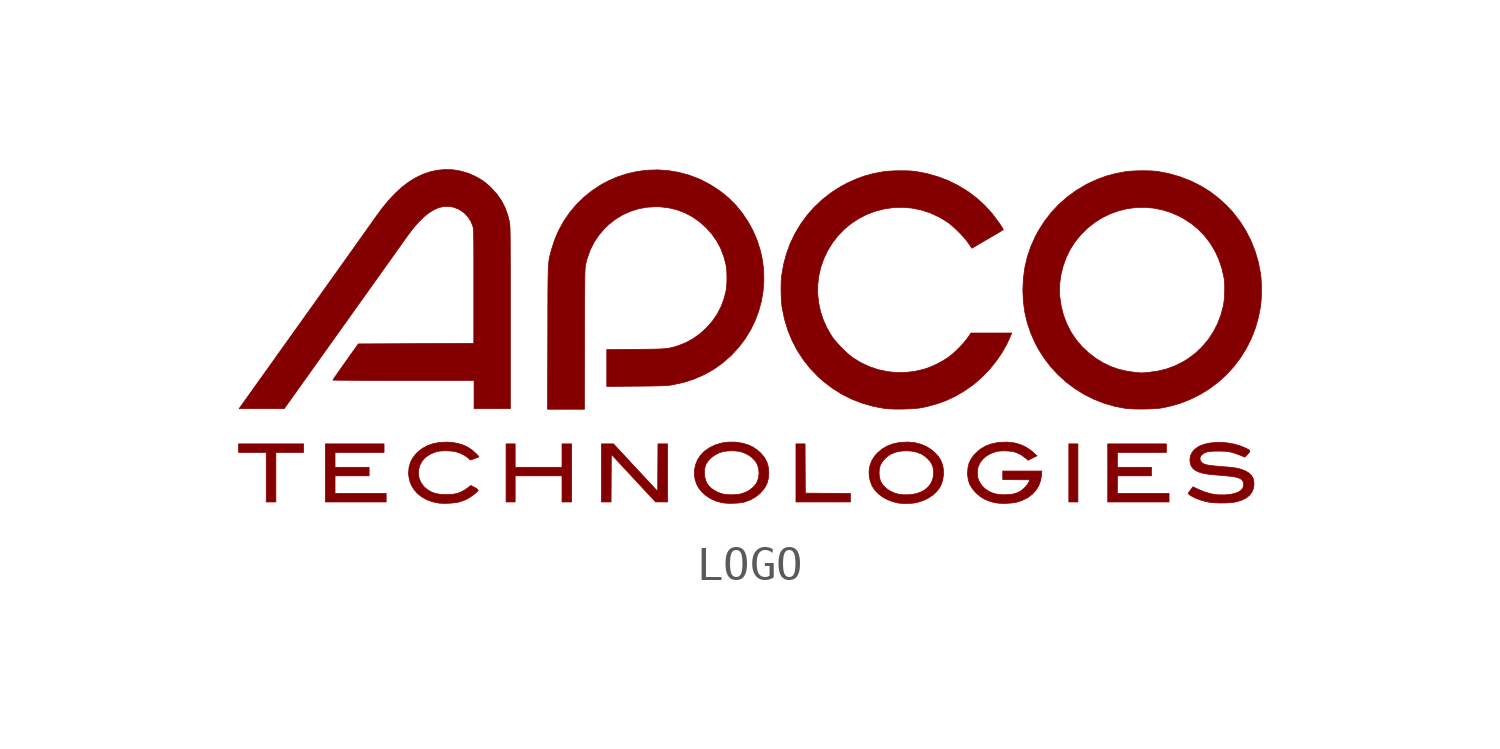
<source format=kicad_sym>
(kicad_symbol_lib
  (version 20210619)
  (generator bitmap2component)
  (symbol "LOGO"
    (pin_names
      (offset 1.016))
    (property "Reference" "#G"
      (at 0 7.806 0)
      (effects (font (size 1.27 1.27)) hide))
    (symbol "LOGO_0_0"
      (polyline (pts (xy -8.863 -4.197) (xy -8.751 -4.19) (xy -8.649 -4.18) (xy -8.566 -4.166) (xy -8.558 -4.164) (xy -8.483 -4.142) (xy -8.399 -4.112) (xy -8.323 -4.08) (xy -8.277 -4.055) (xy -8.211 -4.014) (xy -8.144 -3.969) (xy -8.081 -3.921) (xy -8.029 -3.876) (xy -7.992 -3.839) (xy -7.976 -3.813) (xy -7.986 -3.795) (xy -8.022 -3.767) (xy -8.081 -3.732) (xy -8.191 -3.675) (xy -8.296 -3.754) (xy -8.387 -3.817) (xy -8.5 -3.876) (xy -8.62 -3.915) (xy -8.754 -3.937) (xy -8.909 -3.944) (xy -9.065 -3.937) (xy -9.209 -3.914) (xy -9.334 -3.873) (xy -9.444 -3.813) (xy -9.545 -3.732) (xy -9.587 -3.688) (xy -9.661 -3.581) (xy -9.709 -3.463) (xy -9.73 -3.339) (xy -9.724 -3.214) (xy -9.692 -3.092) (xy -9.633 -2.977) (xy -9.548 -2.874) (xy -9.546 -2.872) (xy -9.467 -2.809) (xy -9.369 -2.751) (xy -9.264 -2.704) (xy -9.163 -2.674) (xy -9.134 -2.669) (xy -9.047 -2.661) (xy -8.944 -2.658) (xy -8.838 -2.66) (xy -8.738 -2.668) (xy -8.656 -2.68) (xy -8.623 -2.688) (xy -8.496 -2.731) (xy -8.377 -2.791) (xy -8.278 -2.862) (xy -8.204 -2.928) (xy -8.085 -2.886) (xy -8.069 -2.88) (xy -8.015 -2.86) (xy -7.975 -2.844) (xy -7.957 -2.835) (xy -7.961 -2.825) (xy -7.984 -2.798) (xy -8.021 -2.758) (xy -8.07 -2.711) (xy -8.152 -2.64) (xy -8.287 -2.549) (xy -8.435 -2.481) (xy -8.599 -2.435) (xy -8.784 -2.408) (xy -8.898 -2.402) (xy -9.099 -2.411) (xy -9.287 -2.445) (xy -9.46 -2.505) (xy -9.616 -2.59) (xy -9.753 -2.698) (xy -9.796 -2.741) (xy -9.894 -2.865) (xy -9.963 -2.997) (xy -10.004 -3.14) (xy -10.018 -3.299) (xy -10.017 -3.357) (xy -9.993 -3.512) (xy -9.941 -3.656) (xy -9.864 -3.787) (xy -9.762 -3.904) (xy -9.639 -4.004) (xy -9.494 -4.087) (xy -9.332 -4.149) (xy -9.152 -4.189) (xy -9.076 -4.196) (xy -8.975 -4.199) (xy -8.863 -4.197)) (stroke (width 0.01)) (fill (type outline)))
      (polyline (pts (xy -0.5 -4.197) (xy -0.382 -4.192) (xy -0.274 -4.181) (xy -0.188 -4.166) (xy -0.152 -4.156) (xy 0.007 -4.096) (xy 0.157 -4.011) (xy 0.288 -3.907) (xy 0.34 -3.853) (xy 0.433 -3.733) (xy 0.498 -3.604) (xy 0.535 -3.463) (xy 0.547 -3.306) (xy 0.547 -3.295) (xy 0.533 -3.137) (xy 0.493 -2.995) (xy 0.426 -2.865) (xy 0.33 -2.746) (xy 0.225 -2.648) (xy 0.092 -2.555) (xy -0.055 -2.485) (xy -0.219 -2.436) (xy -0.406 -2.406) (xy -0.458 -2.402) (xy -0.652 -2.403) (xy -0.841 -2.431) (xy -1.02 -2.484) (xy -1.185 -2.563) (xy -1.332 -2.664) (xy -1.351 -2.68) (xy -1.458 -2.793) (xy -1.541 -2.92) (xy -1.598 -3.057) (xy -1.63 -3.201) (xy -1.633 -3.271) (xy -1.343 -3.271) (xy -1.33 -3.157) (xy -1.298 -3.058) (xy -1.249 -2.976) (xy -1.162 -2.877) (xy -1.054 -2.793) (xy -0.93 -2.726) (xy -0.796 -2.681) (xy -0.779 -2.678) (xy -0.688 -2.665) (xy -0.582 -2.659) (xy -0.472 -2.659) (xy -0.371 -2.667) (xy -0.289 -2.681) (xy -0.18 -2.716) (xy -0.057 -2.777) (xy 0.052 -2.854) (xy 0.14 -2.942) (xy 0.202 -3.038) (xy 0.212 -3.06) (xy 0.25 -3.186) (xy 0.261 -3.319) (xy 0.245 -3.452) (xy 0.201 -3.577) (xy 0.168 -3.634) (xy 0.09 -3.725) (xy -0.009 -3.805) (xy -0.125 -3.87) (xy -0.252 -3.917) (xy -0.255 -3.917) (xy -0.342 -3.934) (xy -0.448 -3.944) (xy -0.561 -3.948) (xy -0.67 -3.944) (xy -0.762 -3.932) (xy -0.828 -3.917) (xy -0.961 -3.869) (xy -1.081 -3.801) (xy -1.183 -3.719) (xy -1.26 -3.624) (xy -1.272 -3.604) (xy -1.313 -3.503) (xy -1.337 -3.389) (xy -1.343 -3.271) (xy -1.633 -3.271) (xy -1.636 -3.346) (xy -1.617 -3.491) (xy -1.571 -3.631) (xy -1.499 -3.762) (xy -1.4 -3.881) (xy -1.316 -3.956) (xy -1.167 -4.057) (xy -1.002 -4.132) (xy -0.819 -4.181) (xy -0.818 -4.181) (xy -0.729 -4.192) (xy -0.619 -4.198) (xy -0.5 -4.197)) (stroke (width 0.01)) (fill (type outline)))
      (polyline (pts (xy 4.638 -4.201) (xy 4.735 -4.197) (xy 4.814 -4.188) (xy 4.906 -4.17) (xy 5.07 -4.119) (xy 5.221 -4.047) (xy 5.357 -3.957) (xy 5.472 -3.851) (xy 5.561 -3.733) (xy 5.612 -3.629) (xy 5.649 -3.502) (xy 5.669 -3.367) (xy 5.67 -3.233) (xy 5.652 -3.111) (xy 5.619 -3.002) (xy 5.573 -2.903) (xy 5.51 -2.812) (xy 5.425 -2.72) (xy 5.33 -2.636) (xy 5.179 -2.538) (xy 5.012 -2.466) (xy 4.83 -2.42) (xy 4.636 -2.401) (xy 4.429 -2.409) (xy 4.365 -2.417) (xy 4.183 -2.456) (xy 4.019 -2.519) (xy 3.869 -2.607) (xy 3.733 -2.721) (xy 3.652 -2.812) (xy 3.57 -2.943) (xy 3.516 -3.085) (xy 3.489 -3.234) (xy 3.49 -3.302) (xy 3.781 -3.302) (xy 3.789 -3.19) (xy 3.814 -3.09) (xy 3.816 -3.084) (xy 3.862 -3) (xy 3.929 -2.914) (xy 4.01 -2.835) (xy 4.098 -2.771) (xy 4.155 -2.741) (xy 4.284 -2.694) (xy 4.429 -2.666) (xy 4.581 -2.657) (xy 4.733 -2.667) (xy 4.879 -2.696) (xy 5.011 -2.745) (xy 5.037 -2.758) (xy 5.118 -2.812) (xy 5.198 -2.881) (xy 5.268 -2.955) (xy 5.318 -3.028) (xy 5.361 -3.132) (xy 5.382 -3.255) (xy 5.378 -3.381) (xy 5.35 -3.505) (xy 5.298 -3.618) (xy 5.224 -3.716) (xy 5.197 -3.741) (xy 5.118 -3.806) (xy 5.028 -3.857) (xy 4.917 -3.9) (xy 4.884 -3.91) (xy 4.761 -3.935) (xy 4.625 -3.948) (xy 4.488 -3.947) (xy 4.362 -3.932) (xy 4.243 -3.9) (xy 4.112 -3.842) (xy 3.997 -3.765) (xy 3.903 -3.673) (xy 3.834 -3.567) (xy 3.815 -3.52) (xy 3.79 -3.416) (xy 3.781 -3.302) (xy 3.49 -3.302) (xy 3.491 -3.388) (xy 3.521 -3.542) (xy 3.581 -3.693) (xy 3.583 -3.696) (xy 3.658 -3.812) (xy 3.76 -3.917) (xy 3.884 -4.011) (xy 4.025 -4.089) (xy 4.179 -4.149) (xy 4.343 -4.189) (xy 4.356 -4.191) (xy 4.436 -4.198) (xy 4.534 -4.202) (xy 4.638 -4.201)) (stroke (width 0.01)) (fill (type outline)))
      (polyline (pts (xy 7.528 -4.198) (xy 7.648 -4.19) (xy 7.757 -4.177) (xy 7.845 -4.158) (xy 7.992 -4.106) (xy 8.146 -4.027) (xy 8.276 -3.929) (xy 8.382 -3.813) (xy 8.463 -3.681) (xy 8.518 -3.534) (xy 8.545 -3.374) (xy 8.555 -3.251) (xy 7.409 -3.251) (xy 7.409 -3.501) (xy 8.207 -3.509) (xy 8.167 -3.589) (xy 8.159 -3.604) (xy 8.109 -3.676) (xy 8.043 -3.748) (xy 7.97 -3.812) (xy 7.9 -3.858) (xy 7.819 -3.894) (xy 7.718 -3.924) (xy 7.605 -3.941) (xy 7.471 -3.946) (xy 7.414 -3.946) (xy 7.301 -3.939) (xy 7.204 -3.923) (xy 7.113 -3.896) (xy 7.02 -3.856) (xy 7.002 -3.847) (xy 6.885 -3.769) (xy 6.789 -3.67) (xy 6.717 -3.553) (xy 6.708 -3.533) (xy 6.687 -3.48) (xy 6.674 -3.433) (xy 6.669 -3.379) (xy 6.667 -3.306) (xy 6.667 -3.272) (xy 6.669 -3.21) (xy 6.677 -3.161) (xy 6.692 -3.115) (xy 6.717 -3.059) (xy 6.746 -3.004) (xy 6.83 -2.894) (xy 6.939 -2.803) (xy 7.07 -2.731) (xy 7.221 -2.679) (xy 7.287 -2.667) (xy 7.387 -2.66) (xy 7.497 -2.66) (xy 7.608 -2.667) (xy 7.708 -2.681) (xy 7.787 -2.701) (xy 7.802 -2.707) (xy 7.952 -2.778) (xy 8.084 -2.875) (xy 8.152 -2.935) (xy 8.282 -2.869) (xy 8.413 -2.804) (xy 8.311 -2.711) (xy 8.247 -2.656) (xy 8.09 -2.55) (xy 7.92 -2.473) (xy 7.737 -2.424) (xy 7.54 -2.402) (xy 7.328 -2.409) (xy 7.24 -2.42) (xy 7.061 -2.459) (xy 6.901 -2.521) (xy 6.757 -2.607) (xy 6.626 -2.719) (xy 6.561 -2.788) (xy 6.477 -2.903) (xy 6.42 -3.024) (xy 6.388 -3.156) (xy 6.377 -3.306) (xy 6.38 -3.389) (xy 6.402 -3.528) (xy 6.448 -3.653) (xy 6.519 -3.77) (xy 6.619 -3.885) (xy 6.628 -3.894) (xy 6.748 -3.998) (xy 6.88 -4.078) (xy 7.028 -4.139) (xy 7.198 -4.183) (xy 7.201 -4.183) (xy 7.294 -4.195) (xy 7.407 -4.2) (xy 7.528 -4.198)) (stroke (width 0.01)) (fill (type outline)))
      (polyline (pts (xy 13.913 -4.187) (xy 14.036 -4.182) (xy 14.146 -4.173) (xy 14.233 -4.159) (xy 14.276 -4.15) (xy 14.425 -4.103) (xy 14.549 -4.04) (xy 14.646 -3.962) (xy 14.717 -3.869) (xy 14.761 -3.762) (xy 14.777 -3.642) (xy 14.775 -3.593) (xy 14.768 -3.529) (xy 14.757 -3.48) (xy 14.753 -3.469) (xy 14.704 -3.384) (xy 14.627 -3.309) (xy 14.524 -3.247) (xy 14.399 -3.199) (xy 14.36 -3.188) (xy 14.3 -3.173) (xy 14.235 -3.161) (xy 14.16 -3.15) (xy 14.07 -3.14) (xy 13.958 -3.13) (xy 13.821 -3.119) (xy 13.792 -3.116) (xy 13.652 -3.104) (xy 13.539 -3.093) (xy 13.449 -3.08) (xy 13.379 -3.066) (xy 13.325 -3.05) (xy 13.284 -3.03) (xy 13.252 -3.005) (xy 13.225 -2.976) (xy 13.21 -2.953) (xy 13.192 -2.893) (xy 13.204 -2.832) (xy 13.245 -2.775) (xy 13.248 -2.773) (xy 13.296 -2.735) (xy 13.351 -2.707) (xy 13.418 -2.687) (xy 13.502 -2.674) (xy 13.608 -2.668) (xy 13.739 -2.666) (xy 13.742 -2.666) (xy 13.87 -2.669) (xy 13.977 -2.676) (xy 14.072 -2.69) (xy 14.164 -2.713) (xy 14.262 -2.745) (xy 14.376 -2.789) (xy 14.511 -2.844) (xy 14.593 -2.755) (xy 14.614 -2.732) (xy 14.644 -2.697) (xy 14.657 -2.671) (xy 14.651 -2.648) (xy 14.624 -2.626) (xy 14.574 -2.599) (xy 14.498 -2.563) (xy 14.359 -2.507) (xy 14.19 -2.459) (xy 14.012 -2.427) (xy 13.831 -2.412) (xy 13.652 -2.413) (xy 13.481 -2.43) (xy 13.325 -2.464) (xy 13.188 -2.515) (xy 13.131 -2.546) (xy 13.033 -2.62) (xy 12.96 -2.708) (xy 12.915 -2.807) (xy 12.898 -2.915) (xy 12.91 -3.029) (xy 12.938 -3.105) (xy 12.99 -3.179) (xy 13.067 -3.238) (xy 13.17 -3.285) (xy 13.3 -3.321) (xy 13.327 -3.327) (xy 13.364 -3.333) (xy 13.406 -3.339) (xy 13.457 -3.346) (xy 13.52 -3.353) (xy 13.599 -3.36) (xy 13.699 -3.369) (xy 13.822 -3.38) (xy 13.973 -3.393) (xy 14.037 -3.399) (xy 14.169 -3.415) (xy 14.273 -3.436) (xy 14.352 -3.463) (xy 14.409 -3.496) (xy 14.447 -3.539) (xy 14.468 -3.591) (xy 14.474 -3.655) (xy 14.474 -3.668) (xy 14.454 -3.744) (xy 14.406 -3.808) (xy 14.33 -3.862) (xy 14.228 -3.903) (xy 14.1 -3.933) (xy 13.947 -3.949) (xy 13.921 -3.951) (xy 13.721 -3.949) (xy 13.529 -3.921) (xy 13.337 -3.867) (xy 13.14 -3.786) (xy 12.986 -3.713) (xy 12.957 -3.752) (xy 12.949 -3.762) (xy 12.918 -3.805) (xy 12.884 -3.851) (xy 12.842 -3.911) (xy 12.88 -3.942) (xy 12.897 -3.956) (xy 12.98 -4.005) (xy 13.084 -4.054) (xy 13.204 -4.099) (xy 13.332 -4.137) (xy 13.462 -4.166) (xy 13.55 -4.177) (xy 13.661 -4.185) (xy 13.785 -4.188) (xy 13.913 -4.187)) (stroke (width 0.01)) (fill (type outline)))
      (polyline (pts (xy -13.911 -2.704) (xy -13.099 -2.704) (xy -13.099 -2.454) (xy -15.005 -2.454) (xy -15.005 -2.704) (xy -14.193 -2.704) (xy -14.193 -4.158) (xy -13.911 -4.158) (xy -13.911 -2.704)) (stroke (width 0.01)) (fill (type outline)))
      (polyline (pts (xy -10.676 -3.908) (xy -12.176 -3.908) (xy -12.176 -3.392) (xy -11.176 -3.392) (xy -11.176 -3.142) (xy -12.176 -3.142) (xy -12.176 -2.704) (xy -10.738 -2.704) (xy -10.738 -2.454) (xy -12.458 -2.454) (xy -12.458 -4.158) (xy -10.676 -4.158) (xy -10.676 -3.908)) (stroke (width 0.01)) (fill (type outline)))
      (polyline (pts (xy -6.893 -3.392) (xy -5.518 -3.392) (xy -5.518 -4.158) (xy -5.236 -4.158) (xy -5.236 -2.454) (xy -5.518 -2.454) (xy -5.518 -3.142) (xy -6.893 -3.142) (xy -6.893 -2.454) (xy -7.159 -2.454) (xy -7.159 -4.158) (xy -6.893 -4.158) (xy -6.893 -3.392)) (stroke (width 0.01)) (fill (type outline)))
      (polyline (pts (xy -4.076 -3.459) (xy -4.072 -2.761) (xy -3.423 -3.459) (xy -2.775 -4.157) (xy -2.599 -4.157) (xy -2.423 -4.158) (xy -2.423 -2.454) (xy -2.704 -2.454) (xy -2.708 -3.152) (xy -2.712 -3.849) (xy -3.361 -3.152) (xy -4.009 -2.454) (xy -4.361 -2.454) (xy -4.361 -4.158) (xy -4.08 -4.158) (xy -4.076 -3.459)) (stroke (width 0.01)) (fill (type outline)))
      (polyline (pts (xy 2.939 -3.908) (xy 1.618 -3.9) (xy 1.61 -2.454) (xy 1.344 -2.454) (xy 1.344 -4.158) (xy 2.939 -4.158) (xy 2.939 -3.908)) (stroke (width 0.01)) (fill (type outline)))
      (polyline (pts (xy 9.613 -2.454) (xy 9.347 -2.454) (xy 9.347 -4.158) (xy 9.613 -4.158) (xy 9.613 -2.454)) (stroke (width 0.01)) (fill (type outline)))
      (polyline (pts (xy 12.286 -3.908) (xy 10.77 -3.908) (xy 10.77 -3.392) (xy 11.77 -3.392) (xy 11.77 -3.142) (xy 10.77 -3.142) (xy 10.77 -2.704) (xy 12.208 -2.704) (xy 12.208 -2.454) (xy 10.488 -2.454) (xy 10.488 -4.158) (xy 12.286 -4.158) (xy 12.286 -3.908)) (stroke (width 0.01)) (fill (type outline)))
      (polyline (pts (xy -4.857 0.629) (xy -4.857 0.817) (xy -4.856 1.094) (xy -4.855 1.343) (xy -4.855 1.566) (xy -4.854 1.763) (xy -4.853 1.936) (xy -4.852 2.088) (xy -4.851 2.219) (xy -4.85 2.332) (xy -4.849 2.429) (xy -4.847 2.51) (xy -4.846 2.578) (xy -4.843 2.634) (xy -4.841 2.679) (xy -4.838 2.717) (xy -4.835 2.748) (xy -4.832 2.773) (xy -4.828 2.796) (xy -4.824 2.816) (xy -4.819 2.837) (xy -4.777 2.995) (xy -4.691 3.232) (xy -4.582 3.451) (xy -4.448 3.654) (xy -4.287 3.845) (xy -4.151 3.978) (xy -3.952 4.135) (xy -3.738 4.265) (xy -3.51 4.367) (xy -3.272 4.442) (xy -3.023 4.487) (xy -2.766 4.502) (xy -2.646 4.499) (xy -2.393 4.47) (xy -2.15 4.412) (xy -1.919 4.325) (xy -1.699 4.21) (xy -1.491 4.065) (xy -1.296 3.892) (xy -1.291 3.887) (xy -1.121 3.698) (xy -0.98 3.497) (xy -0.864 3.281) (xy -0.774 3.049) (xy -0.708 2.798) (xy -0.701 2.754) (xy -0.688 2.644) (xy -0.682 2.518) (xy -0.68 2.383) (xy -0.684 2.251) (xy -0.694 2.128) (xy -0.709 2.027) (xy -0.76 1.82) (xy -0.846 1.584) (xy -0.959 1.363) (xy -1.1 1.155) (xy -1.269 0.96) (xy -1.277 0.952) (xy -1.469 0.777) (xy -1.673 0.63) (xy -1.891 0.512) (xy -2.121 0.422) (xy -2.123 0.421) (xy -2.186 0.401) (xy -2.244 0.384) (xy -2.298 0.37) (xy -2.353 0.358) (xy -2.411 0.348) (xy -2.475 0.34) (xy -2.549 0.334) (xy -2.635 0.329) (xy -2.737 0.326) (xy -2.858 0.323) (xy -3.001 0.321) (xy -3.169 0.319) (xy -3.365 0.317) (xy -4.205 0.31) (xy -4.205 -0.769) (xy -3.341 -0.762) (xy -3.333 -0.762) (xy -3.137 -0.76) (xy -2.97 -0.758) (xy -2.828 -0.756) (xy -2.709 -0.753) (xy -2.61 -0.751) (xy -2.528 -0.748) (xy -2.46 -0.744) (xy -2.404 -0.739) (xy -2.356 -0.734) (xy -2.313 -0.728) (xy -2.261 -0.719) (xy -1.943 -0.649) (xy -1.641 -0.551) (xy -1.355 -0.426) (xy -1.083 -0.275) (xy -0.828 -0.096) (xy -0.589 0.11) (xy -0.537 0.16) (xy -0.327 0.389) (xy -0.144 0.633) (xy 0.014 0.891) (xy 0.146 1.162) (xy 0.251 1.442) (xy 0.329 1.73) (xy 0.379 2.024) (xy 0.402 2.321) (xy 0.397 2.62) (xy 0.363 2.918) (xy 0.3 3.214) (xy 0.208 3.506) (xy 0.086 3.791) (xy -0.049 4.041) (xy -0.222 4.302) (xy -0.417 4.542) (xy -0.635 4.76) (xy -0.875 4.955) (xy -1.138 5.129) (xy -1.423 5.281) (xy -1.518 5.324) (xy -1.804 5.432) (xy -2.098 5.51) (xy -2.398 5.56) (xy -2.701 5.581) (xy -3.005 5.573) (xy -3.307 5.536) (xy -3.604 5.47) (xy -3.895 5.375) (xy -4.176 5.252) (xy -4.368 5.148) (xy -4.63 4.977) (xy -4.871 4.783) (xy -5.092 4.568) (xy -5.29 4.334) (xy -5.463 4.082) (xy -5.612 3.813) (xy -5.734 3.53) (xy -5.829 3.234) (xy -5.84 3.194) (xy -5.853 3.145) (xy -5.865 3.101) (xy -5.875 3.058) (xy -5.884 3.017) (xy -5.893 2.973) (xy -5.9 2.927) (xy -5.906 2.876) (xy -5.912 2.817) (xy -5.916 2.751) (xy -5.92 2.675) (xy -5.923 2.586) (xy -5.926 2.484) (xy -5.928 2.367) (xy -5.93 2.232) (xy -5.931 2.079) (xy -5.932 1.904) (xy -5.933 1.707) (xy -5.934 1.486) (xy -5.934 1.239) (xy -5.935 0.965) (xy -5.936 0.66) (xy -5.941 -1.438) (xy -4.862 -1.438) (xy -4.857 0.629)) (stroke (width 0.01)) (fill (type outline)))
      (polyline (pts (xy 4.55 -1.431) (xy 4.691 -1.426) (xy 4.822 -1.417) (xy 4.936 -1.407) (xy 5.025 -1.393) (xy 5.174 -1.362) (xy 5.468 -1.283) (xy 5.744 -1.184) (xy 6.007 -1.062) (xy 6.261 -0.915) (xy 6.512 -0.741) (xy 6.614 -0.661) (xy 6.826 -0.471) (xy 7.027 -0.26) (xy 7.212 -0.032) (xy 7.377 0.207) (xy 7.519 0.453) (xy 7.633 0.7) (xy 7.673 0.797) (xy 6.478 0.797) (xy 6.377 0.653) (xy 6.339 0.601) (xy 6.248 0.491) (xy 6.141 0.376) (xy 6.028 0.265) (xy 5.915 0.165) (xy 5.81 0.083) (xy 5.801 0.077) (xy 5.655 -0.016) (xy 5.494 -0.104) (xy 5.328 -0.181) (xy 5.171 -0.241) (xy 5.077 -0.271) (xy 4.811 -0.331) (xy 4.543 -0.361) (xy 4.275 -0.362) (xy 4.009 -0.333) (xy 3.747 -0.275) (xy 3.493 -0.188) (xy 3.248 -0.073) (xy 3.015 0.07) (xy 2.949 0.12) (xy 2.851 0.203) (xy 2.747 0.3) (xy 2.642 0.406) (xy 2.545 0.512) (xy 2.459 0.614) (xy 2.393 0.703) (xy 2.26 0.93) (xy 2.147 1.177) (xy 2.063 1.431) (xy 2.008 1.689) (xy 1.981 1.95) (xy 1.983 2.211) (xy 2.014 2.47) (xy 2.072 2.725) (xy 2.159 2.974) (xy 2.273 3.214) (xy 2.416 3.444) (xy 2.585 3.661) (xy 2.753 3.834) (xy 2.958 4.005) (xy 3.181 4.152) (xy 3.417 4.273) (xy 3.665 4.368) (xy 3.922 4.435) (xy 4.186 4.474) (xy 4.455 4.484) (xy 4.725 4.463) (xy 4.766 4.457) (xy 5.032 4.402) (xy 5.289 4.317) (xy 5.536 4.203) (xy 5.776 4.059) (xy 5.834 4.016) (xy 5.934 3.934) (xy 6.041 3.837) (xy 6.147 3.731) (xy 6.248 3.624) (xy 6.337 3.52) (xy 6.406 3.428) (xy 6.503 3.284) (xy 6.671 3.382) (xy 6.674 3.384) (xy 6.742 3.424) (xy 6.83 3.475) (xy 6.929 3.532) (xy 7.032 3.593) (xy 7.131 3.651) (xy 7.167 3.671) (xy 7.249 3.72) (xy 7.32 3.763) (xy 7.376 3.797) (xy 7.412 3.821) (xy 7.425 3.832) (xy 7.42 3.842) (xy 7.401 3.874) (xy 7.371 3.922) (xy 7.334 3.98) (xy 7.302 4.027) (xy 7.104 4.292) (xy 6.884 4.534) (xy 6.645 4.753) (xy 6.387 4.947) (xy 6.111 5.117) (xy 5.818 5.262) (xy 5.51 5.38) (xy 5.188 5.472) (xy 4.853 5.536) (xy 4.79 5.543) (xy 4.677 5.551) (xy 4.547 5.555) (xy 4.407 5.556) (xy 4.265 5.554) (xy 4.129 5.548) (xy 4.007 5.54) (xy 3.908 5.528) (xy 3.877 5.523) (xy 3.608 5.471) (xy 3.356 5.403) (xy 3.113 5.315) (xy 2.868 5.205) (xy 2.644 5.086) (xy 2.369 4.908) (xy 2.113 4.708) (xy 1.879 4.487) (xy 1.667 4.245) (xy 1.478 3.986) (xy 1.314 3.71) (xy 1.175 3.419) (xy 1.063 3.114) (xy 0.979 2.797) (xy 0.923 2.47) (xy 0.919 2.43) (xy 0.912 2.329) (xy 0.908 2.208) (xy 0.907 2.077) (xy 0.909 1.943) (xy 0.913 1.815) (xy 0.92 1.702) (xy 0.929 1.61) (xy 0.942 1.521) (xy 1.01 1.196) (xy 1.105 0.882) (xy 1.229 0.58) (xy 1.38 0.291) (xy 1.556 0.019) (xy 1.758 -0.237) (xy 1.984 -0.474) (xy 2.145 -0.618) (xy 2.408 -0.82) (xy 2.685 -0.994) (xy 2.978 -1.141) (xy 3.284 -1.26) (xy 3.605 -1.352) (xy 3.939 -1.415) (xy 4.019 -1.424) (xy 4.132 -1.43) (xy 4.263 -1.434) (xy 4.405 -1.434) (xy 4.55 -1.431)) (stroke (width 0.01)) (fill (type outline)))
      (polyline (pts (xy 11.629 -1.431) (xy 11.764 -1.427) (xy 11.888 -1.42) (xy 11.993 -1.411) (xy 12.075 -1.4) (xy 12.156 -1.384) (xy 12.333 -1.343) (xy 12.503 -1.298) (xy 12.653 -1.25) (xy 12.913 -1.146) (xy 13.205 -1) (xy 13.48 -0.83) (xy 13.737 -0.636) (xy 13.973 -0.42) (xy 14.188 -0.185) (xy 14.381 0.07) (xy 14.55 0.341) (xy 14.695 0.629) (xy 14.814 0.931) (xy 14.905 1.246) (xy 14.969 1.572) (xy 14.979 1.656) (xy 14.99 1.799) (xy 14.995 1.956) (xy 14.996 2.119) (xy 14.992 2.278) (xy 14.983 2.424) (xy 14.968 2.548) (xy 14.903 2.88) (xy 14.809 3.2) (xy 14.687 3.507) (xy 14.538 3.799) (xy 14.361 4.077) (xy 14.157 4.34) (xy 13.982 4.529) (xy 13.742 4.749) (xy 13.483 4.946) (xy 13.207 5.116) (xy 12.914 5.261) (xy 12.606 5.38) (xy 12.284 5.472) (xy 11.95 5.536) (xy 11.884 5.543) (xy 11.771 5.551) (xy 11.641 5.555) (xy 11.502 5.556) (xy 11.361 5.554) (xy 11.225 5.548) (xy 11.104 5.54) (xy 11.004 5.528) (xy 10.993 5.526) (xy 10.719 5.474) (xy 10.463 5.406) (xy 10.215 5.317) (xy 9.965 5.206) (xy 9.858 5.152) (xy 9.572 4.983) (xy 9.306 4.791) (xy 9.061 4.576) (xy 8.837 4.338) (xy 8.635 4.078) (xy 8.457 3.798) (xy 8.363 3.623) (xy 8.231 3.328) (xy 8.129 3.025) (xy 8.056 2.712) (xy 8.013 2.389) (xy 7.999 2.055) (xy 7.999 2.04) (xy 8 2.017) (xy 9.072 2.017) (xy 9.082 2.265) (xy 9.118 2.517) (xy 9.181 2.765) (xy 9.268 3.006) (xy 9.378 3.235) (xy 9.511 3.445) (xy 9.528 3.469) (xy 9.703 3.684) (xy 9.896 3.874) (xy 10.104 4.039) (xy 10.326 4.179) (xy 10.56 4.293) (xy 10.803 4.381) (xy 11.053 4.443) (xy 11.309 4.477) (xy 11.568 4.483) (xy 11.828 4.461) (xy 12.087 4.41) (xy 12.343 4.329) (xy 12.594 4.219) (xy 12.699 4.163) (xy 12.928 4.015) (xy 13.137 3.845) (xy 13.323 3.654) (xy 13.488 3.442) (xy 13.628 3.212) (xy 13.744 2.964) (xy 13.834 2.701) (xy 13.898 2.423) (xy 13.905 2.373) (xy 13.915 2.259) (xy 13.919 2.128) (xy 13.917 1.989) (xy 13.911 1.851) (xy 13.899 1.723) (xy 13.883 1.614) (xy 13.878 1.591) (xy 13.807 1.322) (xy 13.708 1.066) (xy 13.583 0.825) (xy 13.433 0.6) (xy 13.258 0.393) (xy 13.061 0.206) (xy 12.841 0.041) (xy 12.718 -0.036) (xy 12.477 -0.159) (xy 12.224 -0.254) (xy 11.957 -0.32) (xy 11.676 -0.359) (xy 11.611 -0.365) (xy 11.544 -0.369) (xy 11.493 -0.372) (xy 11.465 -0.373) (xy 11.276 -0.356) (xy 11.023 -0.317) (xy 10.789 -0.26) (xy 10.57 -0.182) (xy 10.362 -0.083) (xy 10.161 0.039) (xy 10.155 0.042) (xy 9.932 0.211) (xy 9.732 0.399) (xy 9.557 0.606) (xy 9.408 0.83) (xy 9.286 1.069) (xy 9.189 1.324) (xy 9.121 1.593) (xy 9.08 1.875) (xy 9.072 2.017) (xy 8 2.017) (xy 8.014 1.713) (xy 8.058 1.397) (xy 8.13 1.091) (xy 8.233 0.79) (xy 8.365 0.492) (xy 8.449 0.335) (xy 8.621 0.061) (xy 8.817 -0.194) (xy 9.035 -0.429) (xy 9.272 -0.644) (xy 9.528 -0.836) (xy 9.8 -1.004) (xy 10.086 -1.147) (xy 10.385 -1.264) (xy 10.694 -1.353) (xy 11.012 -1.413) (xy 11.016 -1.413) (xy 11.108 -1.422) (xy 11.222 -1.429) (xy 11.351 -1.432) (xy 11.489 -1.433) (xy 11.629 -1.431)) (stroke (width 0.01)) (fill (type outline)))
      (polyline (pts (xy -11.924 1.02) (xy -11.749 1.265) (xy -11.575 1.51) (xy -11.405 1.748) (xy -11.241 1.978) (xy -11.083 2.198) (xy -10.934 2.408) (xy -10.792 2.606) (xy -10.661 2.791) (xy -10.54 2.96) (xy -10.43 3.114) (xy -10.333 3.251) (xy -10.249 3.368) (xy -10.18 3.466) (xy -10.126 3.542) (xy -10.088 3.595) (xy -10.067 3.624) (xy -10.045 3.655) (xy -9.883 3.869) (xy -9.725 4.051) (xy -9.571 4.203) (xy -9.419 4.325) (xy -9.27 4.417) (xy -9.123 4.478) (xy -8.977 4.51) (xy -8.833 4.512) (xy -8.691 4.485) (xy -8.548 4.428) (xy -8.51 4.408) (xy -8.385 4.319) (xy -8.278 4.207) (xy -8.193 4.076) (xy -8.133 3.931) (xy -8.129 3.917) (xy -8.125 3.9) (xy -8.122 3.878) (xy -8.118 3.851) (xy -8.116 3.817) (xy -8.113 3.774) (xy -8.111 3.719) (xy -8.11 3.652) (xy -8.108 3.57) (xy -8.107 3.472) (xy -8.106 3.355) (xy -8.106 3.218) (xy -8.105 3.059) (xy -8.105 2.876) (xy -8.105 2.667) (xy -8.105 2.431) (xy -8.105 0.492) (xy -9.799 0.485) (xy -11.493 0.477) (xy -11.865 -0.047) (xy -11.901 -0.097) (xy -11.979 -0.207) (xy -12.05 -0.308) (xy -12.112 -0.397) (xy -12.164 -0.472) (xy -12.204 -0.53) (xy -12.229 -0.567) (xy -12.238 -0.582) (xy -12.236 -0.583) (xy -12.21 -0.584) (xy -12.154 -0.586) (xy -12.072 -0.587) (xy -11.965 -0.588) (xy -11.834 -0.589) (xy -11.682 -0.59) (xy -11.51 -0.591) (xy -11.32 -0.592) (xy -11.115 -0.593) (xy -10.895 -0.593) (xy -10.662 -0.594) (xy -10.419 -0.594) (xy -10.168 -0.594) (xy -8.097 -0.594) (xy -8.097 -1.422) (xy -7.034 -1.422) (xy -7.034 1.951) (xy -7.034 2.227) (xy -7.034 2.477) (xy -7.034 2.701) (xy -7.035 2.902) (xy -7.035 3.08) (xy -7.036 3.238) (xy -7.036 3.376) (xy -7.037 3.496) (xy -7.038 3.6) (xy -7.039 3.689) (xy -7.041 3.765) (xy -7.042 3.829) (xy -7.044 3.882) (xy -7.046 3.926) (xy -7.049 3.962) (xy -7.051 3.993) (xy -7.054 4.018) (xy -7.058 4.04) (xy -7.061 4.061) (xy -7.065 4.081) (xy -7.111 4.261) (xy -7.192 4.483) (xy -7.301 4.689) (xy -7.437 4.881) (xy -7.601 5.059) (xy -7.63 5.087) (xy -7.737 5.183) (xy -7.84 5.261) (xy -7.95 5.331) (xy -8.076 5.398) (xy -8.263 5.48) (xy -8.487 5.546) (xy -8.715 5.585) (xy -8.944 5.593) (xy -9.17 5.572) (xy -9.387 5.525) (xy -9.6 5.452) (xy -9.808 5.353) (xy -10.011 5.228) (xy -10.212 5.075) (xy -10.409 4.894) (xy -10.606 4.684) (xy -10.802 4.445) (xy -10.999 4.175) (xy -11.023 4.141) (xy -11.062 4.086) (xy -11.115 4.011) (xy -11.183 3.915) (xy -11.266 3.798) (xy -11.364 3.659) (xy -11.478 3.5) (xy -11.607 3.318) (xy -11.752 3.115) (xy -11.913 2.889) (xy -12.09 2.64) (xy -12.284 2.369) (xy -12.494 2.075) (xy -12.72 1.756) (xy -12.964 1.415) (xy -13.225 1.049) (xy -13.504 0.659) (xy -13.8 0.244) (xy -14.113 -0.196) (xy -14.445 -0.66) (xy -14.989 -1.422) (xy -13.667 -1.422) (xy -11.924 1.02)) (stroke (width 0.01)) (fill (type outline))))))
</source>
